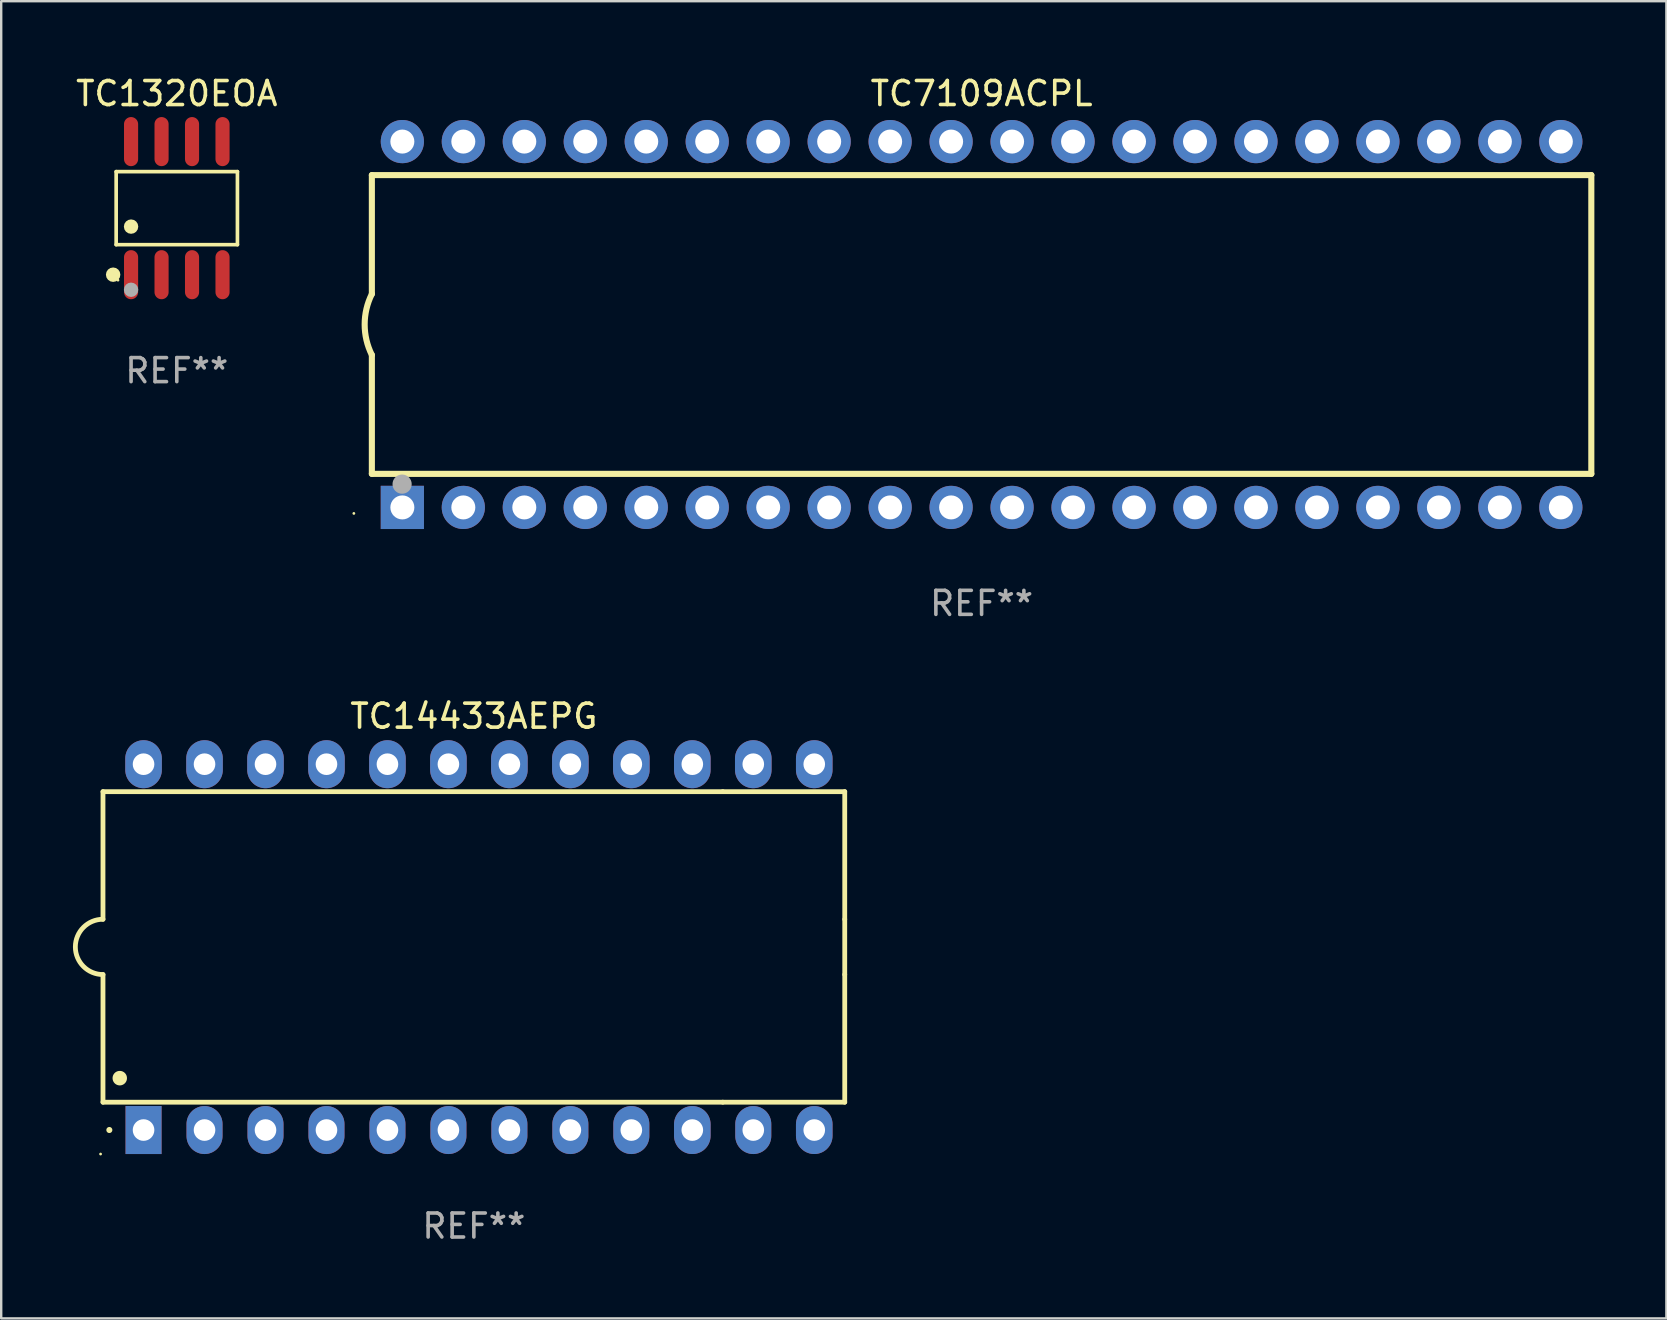
<source format=kicad_pcb>
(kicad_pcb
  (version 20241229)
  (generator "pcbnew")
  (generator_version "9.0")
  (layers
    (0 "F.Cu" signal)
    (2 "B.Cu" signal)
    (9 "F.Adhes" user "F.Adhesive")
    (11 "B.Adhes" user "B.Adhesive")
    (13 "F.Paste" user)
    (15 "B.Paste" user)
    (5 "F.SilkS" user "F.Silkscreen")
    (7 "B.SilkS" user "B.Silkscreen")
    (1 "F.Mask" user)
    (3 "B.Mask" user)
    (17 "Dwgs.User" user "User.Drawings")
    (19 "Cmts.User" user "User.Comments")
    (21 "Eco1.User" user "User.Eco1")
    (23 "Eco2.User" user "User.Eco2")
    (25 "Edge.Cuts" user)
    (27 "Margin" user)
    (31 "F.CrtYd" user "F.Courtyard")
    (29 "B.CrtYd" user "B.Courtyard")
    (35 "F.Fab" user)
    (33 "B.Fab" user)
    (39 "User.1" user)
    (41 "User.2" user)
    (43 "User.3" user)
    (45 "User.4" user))
  (footprint "TC7109ACPL"
    (layer "F.Cu")
    (at 37.841 10.468)
    (property "Reference" "TC7109ACPL" (at 0 -9.62 0) (layer "F.SilkS") (effects (font (size 1 1) (thickness 0.15))))
    (attr through_hole)
    (fp_line (start -25.4 -6.224) (end -25.4 -1.271) (stroke (width 0.254) (type solid)) (layer "F.SilkS"))
    (fp_line (start -25.4 -6.224) (end 25.4 -6.224) (stroke (width 0.254) (type solid)) (layer "F.SilkS"))
    (fp_line (start -25.4 1.269) (end -25.4 6.222) (stroke (width 0.254) (type solid)) (layer "F.SilkS"))
    (fp_line (start -25.4 6.222) (end 25.4 6.222) (stroke (width 0.254) (type solid)) (layer "F.SilkS"))
    (fp_line (start 25.4 6.222) (end 25.4 -6.224) (stroke (width 0.254) (type solid)) (layer "F.SilkS"))
    (fp_arc (start -25.4 1.269241) (mid -25.699807 -0.000762) (end -25.4 -1.270765) (stroke (width 0.254001) (type solid)) (layer "F.SilkS"))
    (fp_circle (center -26.15 7.87) (end -26.12 7.87) (stroke (width 0.06) (type solid)) (fill no) (layer "F.SilkS"))
    (fp_circle (center -24.14 6.65) (end -23.94 6.65) (stroke (width 0.4) (type solid)) (fill no) (layer "F.Fab"))
    (fp_text user "REF**" (at 0 11.62 0) (layer "F.Fab") (effects (font (size 1 1) (thickness 0.15))))
    (pad "1" thru_hole rect (at -24.13 7.62 90) (size 1.8 1.8) (drill 1) (layers "*.Cu" "*.Mask"))
    (pad "2" thru_hole circle (at -21.59 7.62) (size 1.8 1.8) (drill 1) (layers "*.Cu" "*.Mask"))
    (pad "3" thru_hole circle (at -19.05 7.62) (size 1.8 1.8) (drill 1) (layers "*.Cu" "*.Mask"))
    (pad "4" thru_hole circle (at -16.51 7.62) (size 1.8 1.8) (drill 1) (layers "*.Cu" "*.Mask"))
    (pad "5" thru_hole circle (at -13.97 7.62) (size 1.8 1.8) (drill 1) (layers "*.Cu" "*.Mask"))
    (pad "6" thru_hole circle (at -11.43 7.62) (size 1.8 1.8) (drill 1) (layers "*.Cu" "*.Mask"))
    (pad "7" thru_hole circle (at -8.89 7.62) (size 1.8 1.8) (drill 1) (layers "*.Cu" "*.Mask"))
    (pad "8" thru_hole circle (at -6.35 7.62) (size 1.8 1.8) (drill 1) (layers "*.Cu" "*.Mask"))
    (pad "9" thru_hole circle (at -3.81 7.62) (size 1.8 1.8) (drill 1) (layers "*.Cu" "*.Mask"))
    (pad "10" thru_hole circle (at -1.27 7.62) (size 1.8 1.8) (drill 1) (layers "*.Cu" "*.Mask"))
    (pad "11" thru_hole circle (at 1.27 7.62) (size 1.8 1.8) (drill 1) (layers "*.Cu" "*.Mask"))
    (pad "12" thru_hole circle (at 3.81 7.62) (size 1.8 1.8) (drill 1) (layers "*.Cu" "*.Mask"))
    (pad "13" thru_hole circle (at 6.35 7.62) (size 1.8 1.8) (drill 1) (layers "*.Cu" "*.Mask"))
    (pad "14" thru_hole circle (at 8.89 7.62) (size 1.8 1.8) (drill 1) (layers "*.Cu" "*.Mask"))
    (pad "15" thru_hole circle (at 11.43 7.62) (size 1.8 1.8) (drill 1) (layers "*.Cu" "*.Mask"))
    (pad "16" thru_hole circle (at 13.97 7.62) (size 1.8 1.8) (drill 1) (layers "*.Cu" "*.Mask"))
    (pad "17" thru_hole circle (at 16.51 7.62) (size 1.8 1.8) (drill 1) (layers "*.Cu" "*.Mask"))
    (pad "18" thru_hole circle (at 19.05 7.62) (size 1.8 1.8) (drill 1) (layers "*.Cu" "*.Mask"))
    (pad "19" thru_hole circle (at 21.59 7.62) (size 1.8 1.8) (drill 1) (layers "*.Cu" "*.Mask"))
    (pad "20" thru_hole circle (at 24.13 7.62) (size 1.8 1.8) (drill 1) (layers "*.Cu" "*.Mask"))
    (pad "21" thru_hole circle (at 24.13 -7.62) (size 1.8 1.8) (drill 1) (layers "*.Cu" "*.Mask"))
    (pad "22" thru_hole circle (at 21.59 -7.62) (size 1.8 1.8) (drill 1) (layers "*.Cu" "*.Mask"))
    (pad "23" thru_hole circle (at 19.05 -7.62) (size 1.8 1.8) (drill 1) (layers "*.Cu" "*.Mask"))
    (pad "24" thru_hole circle (at 16.51 -7.62) (size 1.8 1.8) (drill 1) (layers "*.Cu" "*.Mask"))
    (pad "25" thru_hole circle (at 13.97 -7.62) (size 1.8 1.8) (drill 1) (layers "*.Cu" "*.Mask"))
    (pad "26" thru_hole circle (at 11.43 -7.62) (size 1.8 1.8) (drill 1) (layers "*.Cu" "*.Mask"))
    (pad "27" thru_hole circle (at 8.89 -7.62) (size 1.8 1.8) (drill 1) (layers "*.Cu" "*.Mask"))
    (pad "28" thru_hole circle (at 6.35 -7.62) (size 1.8 1.8) (drill 1) (layers "*.Cu" "*.Mask"))
    (pad "29" thru_hole circle (at 3.81 -7.62) (size 1.8 1.8) (drill 1) (layers "*.Cu" "*.Mask"))
    (pad "30" thru_hole circle (at 1.27 -7.62) (size 1.8 1.8) (drill 1) (layers "*.Cu" "*.Mask"))
    (pad "31" thru_hole circle (at -1.27 -7.62) (size 1.8 1.8) (drill 1) (layers "*.Cu" "*.Mask"))
    (pad "32" thru_hole circle (at -3.81 -7.62) (size 1.8 1.8) (drill 1) (layers "*.Cu" "*.Mask"))
    (pad "33" thru_hole circle (at -6.35 -7.62) (size 1.8 1.8) (drill 1) (layers "*.Cu" "*.Mask"))
    (pad "34" thru_hole circle (at -8.89 -7.62) (size 1.8 1.8) (drill 1) (layers "*.Cu" "*.Mask"))
    (pad "35" thru_hole circle (at -11.43 -7.62) (size 1.8 1.8) (drill 1) (layers "*.Cu" "*.Mask"))
    (pad "36" thru_hole circle (at -13.97 -7.62) (size 1.8 1.8) (drill 1) (layers "*.Cu" "*.Mask"))
    (pad "37" thru_hole circle (at -16.51 -7.62) (size 1.8 1.8) (drill 1) (layers "*.Cu" "*.Mask"))
    (pad "38" thru_hole circle (at -19.05 -7.62) (size 1.8 1.8) (drill 1) (layers "*.Cu" "*.Mask"))
    (pad "39" thru_hole circle (at -21.59 -7.62) (size 1.8 1.8) (drill 1) (layers "*.Cu" "*.Mask"))
    (pad "40" thru_hole circle (at -24.13 -7.62) (size 1.8 1.8) (drill 1) (layers "*.Cu" "*.Mask")))
  (footprint "TC14433AEPG"
    (layer "F.Cu")
    (at 16.69 36.405)
    (property "Reference" "TC14433AEPG" (at 0 -9.62 0) (layer "F.SilkS") (effects (font (size 1 1) (thickness 0.15))))
    (attr through_hole)
    (fp_line (start -15.45 -6.477) (end 10.37 -6.477) (stroke (width 0.2) (type solid)) (layer "F.SilkS"))
    (fp_line (start -15.45 -1.16) (end -15.45 -6.477) (stroke (width 0.2) (type solid)) (layer "F.SilkS"))
    (fp_line (start -15.45 6.46) (end -15.45 1.143) (stroke (width 0.2) (type solid)) (layer "F.SilkS"))
    (fp_line (start 10.37 -6.477) (end 15.45 -6.477) (stroke (width 0.2) (type solid)) (layer "F.SilkS"))
    (fp_line (start 10.37 6.46) (end -15.45 6.46) (stroke (width 0.2) (type solid)) (layer "F.SilkS"))
    (fp_line (start 15.45 -6.477) (end 15.45 -1.16) (stroke (width 0.2) (type solid)) (layer "F.SilkS"))
    (fp_line (start 15.45 -1.16) (end 15.45 1.143) (stroke (width 0.2) (type solid)) (layer "F.SilkS"))
    (fp_line (start 15.45 1.143) (end 15.45 6.46) (stroke (width 0.2) (type solid)) (layer "F.SilkS"))
    (fp_line (start 15.45 6.46) (end 10.37 6.46) (stroke (width 0.2) (type solid)) (layer "F.SilkS"))
    (fp_arc (start -15.449136 1.142901) (mid -16.590111 -0.008992) (end -15.449137 -1.160885) (stroke (width 0.2) (type solid)) (layer "F.SilkS"))
    (fp_arc (start -15.184976 7.619914) (mid -15.184983 7.618644) (end -15.184976 7.617374) (stroke (width 0.25) (type solid)) (layer "F.SilkS"))
    (fp_arc (start -14.750635 5.460909) (mid -14.750646 5.458369) (end -14.750635 5.455829) (stroke (width 0.6) (type solid)) (layer "F.SilkS"))
    (fp_circle (center -15.55 8.62) (end -15.52 8.62) (stroke (width 0.06) (type solid)) (fill no) (layer "F.SilkS"))
    (fp_text user "REF**" (at 0 11.62 0) (layer "F.Fab") (effects (font (size 1 1) (thickness 0.15))))
    (pad "1" thru_hole rect (at -13.76 7.62 90) (size 2 1.5) (drill 0.9) (layers "*.Cu" "*.Mask"))
    (pad "2" thru_hole oval (at -11.22 7.62 90) (size 2 1.5) (drill 0.9) (layers "*.Cu" "*.Mask"))
    (pad "3" thru_hole oval (at -8.68 7.62 90) (size 2 1.5) (drill 0.9) (layers "*.Cu" "*.Mask"))
    (pad "4" thru_hole oval (at -6.14 7.62 90) (size 2 1.5) (drill 0.9) (layers "*.Cu" "*.Mask"))
    (pad "5" thru_hole oval (at -3.6 7.62 90) (size 2 1.5) (drill 0.9) (layers "*.Cu" "*.Mask"))
    (pad "6" thru_hole oval (at -1.06 7.62 90) (size 2 1.5) (drill 0.9) (layers "*.Cu" "*.Mask"))
    (pad "7" thru_hole oval (at 1.48 7.62 90) (size 2 1.5) (drill 0.9) (layers "*.Cu" "*.Mask"))
    (pad "8" thru_hole oval (at 4.02 7.62 90) (size 2 1.5) (drill 0.9) (layers "*.Cu" "*.Mask"))
    (pad "9" thru_hole oval (at 6.56 7.62 90) (size 2 1.5) (drill 0.9) (layers "*.Cu" "*.Mask"))
    (pad "10" thru_hole oval (at 9.1 7.62 90) (size 2 1.524) (drill 0.9) (layers "*.Cu" "*.Mask"))
    (pad "11" thru_hole oval (at 11.64 7.62 90) (size 2 1.5) (drill 0.9) (layers "*.Cu" "*.Mask"))
    (pad "12" thru_hole oval (at 14.18 7.62 90) (size 2 1.524) (drill 0.9) (layers "*.Cu" "*.Mask"))
    (pad "13" thru_hole oval (at 14.18 -7.62 90) (size 2 1.524) (drill 0.9) (layers "*.Cu" "*.Mask"))
    (pad "14" thru_hole oval (at 11.64 -7.62 90) (size 2 1.524) (drill 0.9) (layers "*.Cu" "*.Mask"))
    (pad "15" thru_hole oval (at 9.1 -7.62 90) (size 2 1.524) (drill 0.9) (layers "*.Cu" "*.Mask"))
    (pad "16" thru_hole oval (at 6.56 -7.62 90) (size 2 1.524) (drill 0.9) (layers "*.Cu" "*.Mask"))
    (pad "17" thru_hole oval (at 4.02 -7.62 90) (size 2 1.524) (drill 0.9) (layers "*.Cu" "*.Mask"))
    (pad "18" thru_hole oval (at 1.48 -7.62 90) (size 2 1.524) (drill 0.9) (layers "*.Cu" "*.Mask"))
    (pad "19" thru_hole oval (at -1.06 -7.62 90) (size 2 1.524) (drill 0.9) (layers "*.Cu" "*.Mask"))
    (pad "20" thru_hole oval (at -3.6 -7.62 90) (size 2 1.524) (drill 0.9) (layers "*.Cu" "*.Mask"))
    (pad "21" thru_hole oval (at -6.14 -7.62 90) (size 2 1.524) (drill 0.9) (layers "*.Cu" "*.Mask"))
    (pad "22" thru_hole oval (at -8.68 -7.62 90) (size 2 1.524) (drill 0.9) (layers "*.Cu" "*.Mask"))
    (pad "23" thru_hole oval (at -11.22 -7.62 90) (size 2 1.524) (drill 0.9) (layers "*.Cu" "*.Mask"))
    (pad "24" thru_hole oval (at -13.76 -7.62 90) (size 2 1.524) (drill 0.9) (layers "*.Cu" "*.Mask")))
  (footprint "TC1320EOA"
    (layer "F.Cu")
    (at 4.315 5.621)
    (property "Reference" "TC1320EOA" (at 0 -4.772 0) (layer "F.SilkS") (effects (font (size 1 1) (thickness 0.15))))
    (attr through_hole)
    (fp_line (start -2.526 -1.521) (end 2.526 -1.521) (stroke (width 0.152) (type solid)) (layer "F.SilkS"))
    (fp_line (start -2.526 1.521) (end -2.526 -1.521) (stroke (width 0.152) (type solid)) (layer "F.SilkS"))
    (fp_line (start 2.526 -1.521) (end 2.526 1.521) (stroke (width 0.152) (type solid)) (layer "F.SilkS"))
    (fp_line (start 2.526 1.521) (end -2.526 1.521) (stroke (width 0.152) (type solid)) (layer "F.SilkS"))
    (fp_circle (center -2.652 2.772) (end -2.501 2.772) (stroke (width 0.3) (type solid)) (fill no) (layer "F.SilkS"))
    (fp_circle (center -2.45 3) (end -2.42 3) (stroke (width 0.06) (type solid)) (fill no) (layer "F.SilkS"))
    (fp_circle (center -1.905 0.769) (end -1.755 0.769) (stroke (width 0.3) (type solid)) (fill no) (layer "F.SilkS"))
    (fp_circle (center -1.905 3.4) (end -1.755 3.4) (stroke (width 0.3) (type solid)) (fill no) (layer "F.Fab"))
    (fp_text user "REF**" (at 0 6.772 0) (layer "F.Fab") (effects (font (size 1 1) (thickness 0.15))))
    (pad "1" smd oval (at -1.905 2.772) (size 0.588 2.045) (layers "F.Cu" "F.Mask" "F.Paste"))
    (pad "2" smd oval (at -0.635 2.772) (size 0.588 2.045) (layers "F.Cu" "F.Mask" "F.Paste"))
    (pad "3" smd oval (at 0.635 2.772) (size 0.588 2.045) (layers "F.Cu" "F.Mask" "F.Paste"))
    (pad "4" smd oval (at 1.905 2.772) (size 0.588 2.045) (layers "F.Cu" "F.Mask" "F.Paste"))
    (pad "5" smd oval (at 1.905 -2.772) (size 0.588 2.045) (layers "F.Cu" "F.Mask" "F.Paste"))
    (pad "6" smd oval (at 0.635 -2.772) (size 0.588 2.045) (layers "F.Cu" "F.Mask" "F.Paste"))
    (pad "7" smd oval (at -0.635 -2.772) (size 0.588 2.045) (layers "F.Cu" "F.Mask" "F.Paste"))
    (pad "8" smd oval (at -1.905 -2.772) (size 0.588 2.045) (layers "F.Cu" "F.Mask" "F.Paste")))
  (gr_rect
    (start -3 -3)
    (end 66.368 51.873)
    (stroke (width 0.1) (type default))
    (fill no)
    (layer "Edge.Cuts")))
</source>
